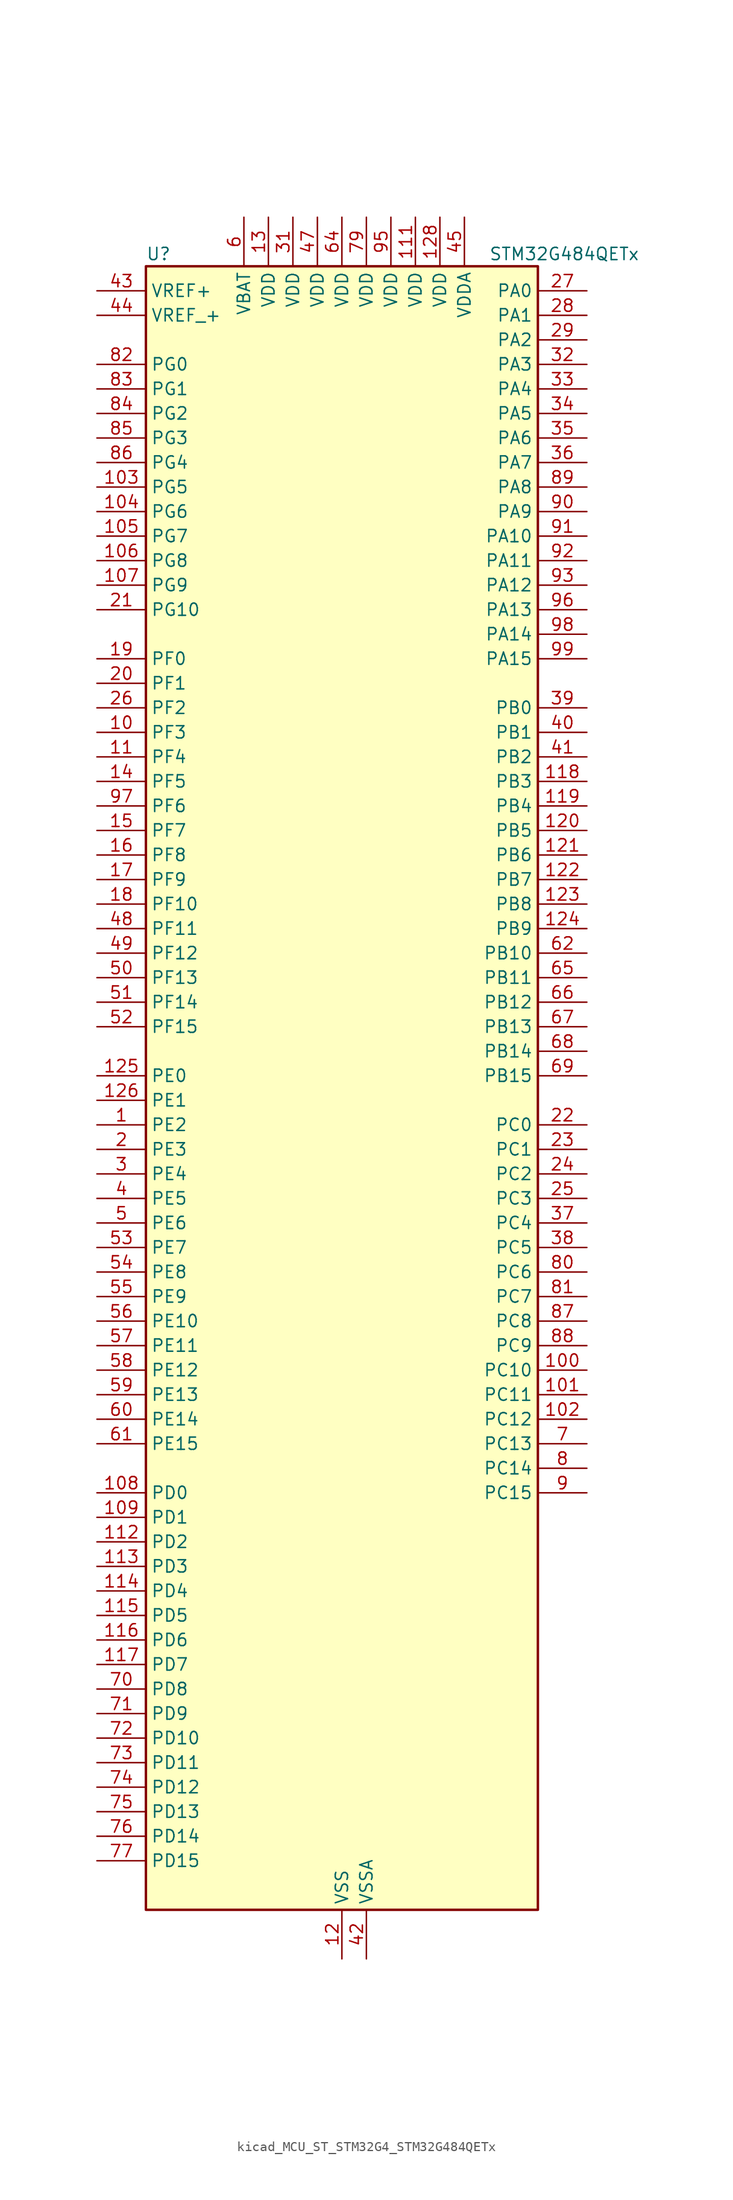
<source format=kicad_sym>
(kicad_symbol_lib
  (version 20220914)
  (generator kicad_symbol_editor)
  (symbol "kicad_MCU_ST_STM32G4_STM32G484QETx"
    (property "Reference" "U"
      (at -20.32 87.63 0)
      (effects (font (size 1.27 1.27)) (justify left)))
    (property "Value" "STM32G484QETx"
      (at 15.24 87.63 0)
      (effects (font (size 1.27 1.27)) (justify left)))
    (property "ki_locked" ""
      (at 0 0 0)
      (effects (font (size 1.27 1.27))))
    (symbol "kicad_MCU_ST_STM32G4_STM32G484QETx_0_1"
      (rectangle (start -20.32 -83.82) (end 20.32 86.36) (stroke (width 0.254) (type default)) (fill (type background))))
    (symbol "kicad_MCU_ST_STM32G4_STM32G484QETx_1_1"
      (pin bidirectional line (at -25.4 -2.54 0) (length 5.08) (name "PE2" (effects (font (size 1.27 1.27)))) (number "1" (effects (font (size 1.27 1.27)))) (alternate "ADC3_EXTI2" bidirectional line) (alternate "ADC4_EXTI2" bidirectional line) (alternate "ADC5_EXTI2" bidirectional line) (alternate "FMC_A23" bidirectional line) (alternate "SAI1_CK1" bidirectional line) (alternate "SAI1_MCLK_A" bidirectional line) (alternate "SPI4_SCK" bidirectional line) (alternate "SYS_TRACECLK" bidirectional line) (alternate "TIM20_CH1" bidirectional line) (alternate "TIM3_CH1" bidirectional line))
      (pin bidirectional line (at -25.4 38.1 0) (length 5.08) (name "PF3" (effects (font (size 1.27 1.27)))) (number "10" (effects (font (size 1.27 1.27)))) (alternate "ADC3_EXTI3" bidirectional line) (alternate "ADC4_EXTI3" bidirectional line) (alternate "ADC5_EXTI3" bidirectional line) (alternate "FMC_A3" bidirectional line) (alternate "I2C3_SCL" bidirectional line) (alternate "TIM20_CH4" bidirectional line))
      (pin bidirectional line (at 25.4 -27.94 180) (length 5.08) (name "PC10" (effects (font (size 1.27 1.27)))) (number "100" (effects (font (size 1.27 1.27)))) (alternate "DAC1_EXTI10" bidirectional line) (alternate "DAC2_EXTI10" bidirectional line) (alternate "DAC3_EXTI10" bidirectional line) (alternate "DAC4_EXTI10" bidirectional line) (alternate "HRTIM1_FLT6" bidirectional line) (alternate "I2S3_CK" bidirectional line) (alternate "SPI3_SCK" bidirectional line) (alternate "TIM8_CH1N" bidirectional line) (alternate "UART4_TX" bidirectional line) (alternate "USART3_TX" bidirectional line))
      (pin bidirectional line (at 25.4 -30.48 180) (length 5.08) (name "PC11" (effects (font (size 1.27 1.27)))) (number "101" (effects (font (size 1.27 1.27)))) (alternate "ADC1_EXTI11" bidirectional line) (alternate "ADC2_EXTI11" bidirectional line) (alternate "HRTIM1_EEV2" bidirectional line) (alternate "I2C3_SDA" bidirectional line) (alternate "SPI3_MISO" bidirectional line) (alternate "TIM8_CH2N" bidirectional line) (alternate "UART4_RX" bidirectional line) (alternate "USART3_RX" bidirectional line))
      (pin bidirectional line (at 25.4 -33.02 180) (length 5.08) (name "PC12" (effects (font (size 1.27 1.27)))) (number "102" (effects (font (size 1.27 1.27)))) (alternate "HRTIM1_EEV1" bidirectional line) (alternate "I2S3_SD" bidirectional line) (alternate "SPI3_MOSI" bidirectional line) (alternate "TIM5_CH2" bidirectional line) (alternate "TIM8_CH3N" bidirectional line) (alternate "UART5_TX" bidirectional line) (alternate "UCPD1_FRSTX1" bidirectional line) (alternate "UCPD1_FRSTX2" bidirectional line) (alternate "USART3_CK" bidirectional line))
      (pin bidirectional line (at -25.4 63.5 0) (length 5.08) (name "PG5" (effects (font (size 1.27 1.27)))) (number "103" (effects (font (size 1.27 1.27)))) (alternate "FMC_A15" bidirectional line) (alternate "LPUART1_CTS" bidirectional line) (alternate "SPI1_NSS" bidirectional line) (alternate "TIM20_ETR" bidirectional line))
      (pin bidirectional line (at -25.4 60.96 0) (length 5.08) (name "PG6" (effects (font (size 1.27 1.27)))) (number "104" (effects (font (size 1.27 1.27)))) (alternate "FMC_INT" bidirectional line) (alternate "I2C3_SMBA" bidirectional line) (alternate "LPUART1_DE" bidirectional line) (alternate "LPUART1_RTS" bidirectional line) (alternate "TIM20_BKIN" bidirectional line))
      (pin bidirectional line (at -25.4 58.42 0) (length 5.08) (name "PG7" (effects (font (size 1.27 1.27)))) (number "105" (effects (font (size 1.27 1.27)))) (alternate "FMC_INT" bidirectional line) (alternate "I2C3_SCL" bidirectional line) (alternate "LPUART1_TX" bidirectional line) (alternate "SAI1_CK1" bidirectional line) (alternate "SAI1_MCLK_A" bidirectional line))
      (pin bidirectional line (at -25.4 55.88 0) (length 5.08) (name "PG8" (effects (font (size 1.27 1.27)))) (number "106" (effects (font (size 1.27 1.27)))) (alternate "FMC_NE3" bidirectional line) (alternate "I2C3_SDA" bidirectional line) (alternate "LPUART1_RX" bidirectional line))
      (pin bidirectional line (at -25.4 53.34 0) (length 5.08) (name "PG9" (effects (font (size 1.27 1.27)))) (number "107" (effects (font (size 1.27 1.27)))) (alternate "DAC1_EXTI9" bidirectional line) (alternate "DAC2_EXTI9" bidirectional line) (alternate "DAC3_EXTI9" bidirectional line) (alternate "DAC4_EXTI9" bidirectional line) (alternate "FMC_NCE" bidirectional line) (alternate "FMC_NE2" bidirectional line) (alternate "SPI3_SCK" bidirectional line) (alternate "TIM15_CH1N" bidirectional line) (alternate "USART1_TX" bidirectional line))
      (pin bidirectional line (at -25.4 -40.64 0) (length 5.08) (name "PD0" (effects (font (size 1.27 1.27)))) (number "108" (effects (font (size 1.27 1.27)))) (alternate "FDCAN1_RX" bidirectional line) (alternate "FMC_D2" bidirectional line) (alternate "FMC_DA2" bidirectional line) (alternate "TIM8_CH4N" bidirectional line))
      (pin bidirectional line (at -25.4 -43.18 0) (length 5.08) (name "PD1" (effects (font (size 1.27 1.27)))) (number "109" (effects (font (size 1.27 1.27)))) (alternate "FDCAN1_TX" bidirectional line) (alternate "FMC_D3" bidirectional line) (alternate "FMC_DA3" bidirectional line) (alternate "TIM8_BKIN2" bidirectional line) (alternate "TIM8_CH4" bidirectional line))
      (pin bidirectional line (at -25.4 35.56 0) (length 5.08) (name "PF4" (effects (font (size 1.27 1.27)))) (number "11" (effects (font (size 1.27 1.27)))) (alternate "COMP1_OUT" bidirectional line) (alternate "FMC_A4" bidirectional line) (alternate "I2C3_SDA" bidirectional line) (alternate "TIM20_CH1N" bidirectional line))
      (pin passive line (at 0 -88.9 90) (length 5.08) hide (name "VSS" (effects (font (size 1.27 1.27)))) (number "110" (effects (font (size 1.27 1.27)))))
      (pin power_in line (at 7.62 91.44 270) (length 5.08) (name "VDD" (effects (font (size 1.27 1.27)))) (number "111" (effects (font (size 1.27 1.27)))))
      (pin bidirectional line (at -25.4 -45.72 0) (length 5.08) (name "PD2" (effects (font (size 1.27 1.27)))) (number "112" (effects (font (size 1.27 1.27)))) (alternate "ADC3_EXTI2" bidirectional line) (alternate "ADC4_EXTI2" bidirectional line) (alternate "ADC5_EXTI2" bidirectional line) (alternate "TIM3_ETR" bidirectional line) (alternate "TIM8_BKIN" bidirectional line) (alternate "UART5_RX" bidirectional line))
      (pin bidirectional line (at -25.4 -48.26 0) (length 5.08) (name "PD3" (effects (font (size 1.27 1.27)))) (number "113" (effects (font (size 1.27 1.27)))) (alternate "ADC3_EXTI3" bidirectional line) (alternate "ADC4_EXTI3" bidirectional line) (alternate "ADC5_EXTI3" bidirectional line) (alternate "FMC_CLK" bidirectional line) (alternate "QUADSPI1_BK2_NCS" bidirectional line) (alternate "TIM2_CH1" bidirectional line) (alternate "TIM2_ETR" bidirectional line) (alternate "USART2_CTS" bidirectional line) (alternate "USART2_NSS" bidirectional line))
      (pin bidirectional line (at -25.4 -50.8 0) (length 5.08) (name "PD4" (effects (font (size 1.27 1.27)))) (number "114" (effects (font (size 1.27 1.27)))) (alternate "FMC_NOE" bidirectional line) (alternate "QUADSPI1_BK2_IO0" bidirectional line) (alternate "TIM2_CH2" bidirectional line) (alternate "USART2_DE" bidirectional line) (alternate "USART2_RTS" bidirectional line))
      (pin bidirectional line (at -25.4 -53.34 0) (length 5.08) (name "PD5" (effects (font (size 1.27 1.27)))) (number "115" (effects (font (size 1.27 1.27)))) (alternate "FMC_NWE" bidirectional line) (alternate "QUADSPI1_BK2_IO1" bidirectional line) (alternate "USART2_TX" bidirectional line))
      (pin bidirectional line (at -25.4 -55.88 0) (length 5.08) (name "PD6" (effects (font (size 1.27 1.27)))) (number "116" (effects (font (size 1.27 1.27)))) (alternate "FMC_NWAIT" bidirectional line) (alternate "QUADSPI1_BK2_IO2" bidirectional line) (alternate "SAI1_D1" bidirectional line) (alternate "SAI1_SD_A" bidirectional line) (alternate "TIM2_CH4" bidirectional line) (alternate "USART2_RX" bidirectional line))
      (pin bidirectional line (at -25.4 -58.42 0) (length 5.08) (name "PD7" (effects (font (size 1.27 1.27)))) (number "117" (effects (font (size 1.27 1.27)))) (alternate "FMC_NCE" bidirectional line) (alternate "FMC_NE1" bidirectional line) (alternate "QUADSPI1_BK2_IO3" bidirectional line) (alternate "TIM2_CH3" bidirectional line) (alternate "USART2_CK" bidirectional line))
      (pin bidirectional line (at 25.4 33.02 180) (length 5.08) (name "PB3" (effects (font (size 1.27 1.27)))) (number "118" (effects (font (size 1.27 1.27)))) (alternate "ADC3_EXTI3" bidirectional line) (alternate "ADC4_EXTI3" bidirectional line) (alternate "ADC5_EXTI3" bidirectional line) (alternate "CRS_SYNC" bidirectional line) (alternate "FDCAN3_RX" bidirectional line) (alternate "HRTIM1_EEV9" bidirectional line) (alternate "HRTIM1_SCOUT" bidirectional line) (alternate "I2S3_CK" bidirectional line) (alternate "SAI1_SCK_B" bidirectional line) (alternate "SPI1_SCK" bidirectional line) (alternate "SPI3_SCK" bidirectional line) (alternate "SYS_JTDO-SWO" bidirectional line) (alternate "TIM2_CH2" bidirectional line) (alternate "TIM3_ETR" bidirectional line) (alternate "TIM4_ETR" bidirectional line) (alternate "TIM8_CH1N" bidirectional line) (alternate "USART2_TX" bidirectional line))
      (pin bidirectional line (at 25.4 30.48 180) (length 5.08) (name "PB4" (effects (font (size 1.27 1.27)))) (number "119" (effects (font (size 1.27 1.27)))) (alternate "FDCAN3_TX" bidirectional line) (alternate "HRTIM1_EEV7" bidirectional line) (alternate "SAI1_MCLK_B" bidirectional line) (alternate "SPI1_MISO" bidirectional line) (alternate "SPI3_MISO" bidirectional line) (alternate "SYS_JTRST" bidirectional line) (alternate "TIM16_CH1" bidirectional line) (alternate "TIM17_BKIN" bidirectional line) (alternate "TIM3_CH1" bidirectional line) (alternate "TIM8_CH2N" bidirectional line) (alternate "UART5_DE" bidirectional line) (alternate "UART5_RTS" bidirectional line) (alternate "UCPD1_CC2" bidirectional line) (alternate "USART2_RX" bidirectional line))
      (pin power_in line (at 0 -88.9 90) (length 5.08) (name "VSS" (effects (font (size 1.27 1.27)))) (number "12" (effects (font (size 1.27 1.27)))))
      (pin bidirectional line (at 25.4 27.94 180) (length 5.08) (name "PB5" (effects (font (size 1.27 1.27)))) (number "120" (effects (font (size 1.27 1.27)))) (alternate "FDCAN2_RX" bidirectional line) (alternate "HRTIM1_EEV6" bidirectional line) (alternate "I2C1_SMBA" bidirectional line) (alternate "I2C3_SDA" bidirectional line) (alternate "I2S3_SD" bidirectional line) (alternate "LPTIM1_IN1" bidirectional line) (alternate "SAI1_SD_B" bidirectional line) (alternate "SPI1_MOSI" bidirectional line) (alternate "SPI3_MOSI" bidirectional line) (alternate "TIM16_BKIN" bidirectional line) (alternate "TIM17_CH1" bidirectional line) (alternate "TIM3_CH2" bidirectional line) (alternate "TIM8_CH3N" bidirectional line) (alternate "UART5_CTS" bidirectional line) (alternate "USART2_CK" bidirectional line))
      (pin bidirectional line (at 25.4 25.4 180) (length 5.08) (name "PB6" (effects (font (size 1.27 1.27)))) (number "121" (effects (font (size 1.27 1.27)))) (alternate "COMP4_OUT" bidirectional line) (alternate "FDCAN2_TX" bidirectional line) (alternate "HRTIM1_EEV4" bidirectional line) (alternate "HRTIM1_SCIN" bidirectional line) (alternate "LPTIM1_ETR" bidirectional line) (alternate "SAI1_FS_B" bidirectional line) (alternate "TIM16_CH1N" bidirectional line) (alternate "TIM4_CH1" bidirectional line) (alternate "TIM8_BKIN2" bidirectional line) (alternate "TIM8_CH1" bidirectional line) (alternate "TIM8_ETR" bidirectional line) (alternate "UCPD1_CC1" bidirectional line) (alternate "USART1_TX" bidirectional line))
      (pin bidirectional line (at 25.4 22.86 180) (length 5.08) (name "PB7" (effects (font (size 1.27 1.27)))) (number "122" (effects (font (size 1.27 1.27)))) (alternate "COMP3_OUT" bidirectional line) (alternate "FMC_NL" bidirectional line) (alternate "HRTIM1_EEV3" bidirectional line) (alternate "I2C1_SDA" bidirectional line) (alternate "I2C4_SDA" bidirectional line) (alternate "LPTIM1_IN2" bidirectional line) (alternate "SYS_PVD_IN" bidirectional line) (alternate "TIM17_CH1N" bidirectional line) (alternate "TIM3_CH4" bidirectional line) (alternate "TIM4_CH2" bidirectional line) (alternate "TIM8_BKIN" bidirectional line) (alternate "UART4_CTS" bidirectional line) (alternate "USART1_RX" bidirectional line))
      (pin bidirectional line (at 25.4 20.32 180) (length 5.08) (name "PB8" (effects (font (size 1.27 1.27)))) (number "123" (effects (font (size 1.27 1.27)))) (alternate "COMP1_OUT" bidirectional line) (alternate "FDCAN1_RX" bidirectional line) (alternate "HRTIM1_EEV8" bidirectional line) (alternate "I2C1_SCL" bidirectional line) (alternate "SAI1_CK1" bidirectional line) (alternate "SAI1_MCLK_A" bidirectional line) (alternate "TIM16_CH1" bidirectional line) (alternate "TIM1_BKIN" bidirectional line) (alternate "TIM4_CH3" bidirectional line) (alternate "TIM8_CH2" bidirectional line) (alternate "USART3_RX" bidirectional line))
      (pin bidirectional line (at 25.4 17.78 180) (length 5.08) (name "PB9" (effects (font (size 1.27 1.27)))) (number "124" (effects (font (size 1.27 1.27)))) (alternate "COMP2_OUT" bidirectional line) (alternate "DAC1_EXTI9" bidirectional line) (alternate "DAC2_EXTI9" bidirectional line) (alternate "DAC3_EXTI9" bidirectional line) (alternate "DAC4_EXTI9" bidirectional line) (alternate "FDCAN1_TX" bidirectional line) (alternate "HRTIM1_EEV5" bidirectional line) (alternate "I2C1_SDA" bidirectional line) (alternate "IR_OUT" bidirectional line) (alternate "SAI1_D2" bidirectional line) (alternate "SAI1_FS_A" bidirectional line) (alternate "TIM17_CH1" bidirectional line) (alternate "TIM1_CH3N" bidirectional line) (alternate "TIM4_CH4" bidirectional line) (alternate "TIM8_CH3" bidirectional line) (alternate "USART3_TX" bidirectional line))
      (pin bidirectional line (at -25.4 2.54 0) (length 5.08) (name "PE0" (effects (font (size 1.27 1.27)))) (number "125" (effects (font (size 1.27 1.27)))) (alternate "FMC_NBL0" bidirectional line) (alternate "TIM16_CH1" bidirectional line) (alternate "TIM20_CH4N" bidirectional line) (alternate "TIM20_ETR" bidirectional line) (alternate "TIM4_ETR" bidirectional line) (alternate "USART1_TX" bidirectional line))
      (pin bidirectional line (at -25.4 0 0) (length 5.08) (name "PE1" (effects (font (size 1.27 1.27)))) (number "126" (effects (font (size 1.27 1.27)))) (alternate "FMC_NBL1" bidirectional line) (alternate "TIM17_CH1" bidirectional line) (alternate "TIM20_CH4" bidirectional line) (alternate "USART1_RX" bidirectional line))
      (pin passive line (at 0 -88.9 90) (length 5.08) hide (name "VSS" (effects (font (size 1.27 1.27)))) (number "127" (effects (font (size 1.27 1.27)))))
      (pin power_in line (at 10.16 91.44 270) (length 5.08) (name "VDD" (effects (font (size 1.27 1.27)))) (number "128" (effects (font (size 1.27 1.27)))))
      (pin power_in line (at -7.62 91.44 270) (length 5.08) (name "VDD" (effects (font (size 1.27 1.27)))) (number "13" (effects (font (size 1.27 1.27)))))
      (pin bidirectional line (at -25.4 33.02 0) (length 5.08) (name "PF5" (effects (font (size 1.27 1.27)))) (number "14" (effects (font (size 1.27 1.27)))) (alternate "FMC_A5" bidirectional line) (alternate "TIM20_CH2N" bidirectional line))
      (pin bidirectional line (at -25.4 27.94 0) (length 5.08) (name "PF7" (effects (font (size 1.27 1.27)))) (number "15" (effects (font (size 1.27 1.27)))) (alternate "FMC_A1" bidirectional line) (alternate "QUADSPI1_BK1_IO2" bidirectional line) (alternate "SAI1_MCLK_B" bidirectional line) (alternate "TIM20_BKIN" bidirectional line) (alternate "TIM5_CH2" bidirectional line))
      (pin bidirectional line (at -25.4 25.4 0) (length 5.08) (name "PF8" (effects (font (size 1.27 1.27)))) (number "16" (effects (font (size 1.27 1.27)))) (alternate "FMC_A24" bidirectional line) (alternate "QUADSPI1_BK1_IO0" bidirectional line) (alternate "SAI1_SCK_B" bidirectional line) (alternate "TIM20_BKIN2" bidirectional line) (alternate "TIM5_CH3" bidirectional line))
      (pin bidirectional line (at -25.4 22.86 0) (length 5.08) (name "PF9" (effects (font (size 1.27 1.27)))) (number "17" (effects (font (size 1.27 1.27)))) (alternate "DAC1_EXTI9" bidirectional line) (alternate "DAC2_EXTI9" bidirectional line) (alternate "DAC3_EXTI9" bidirectional line) (alternate "DAC4_EXTI9" bidirectional line) (alternate "FMC_A25" bidirectional line) (alternate "QUADSPI1_BK1_IO1" bidirectional line) (alternate "SAI1_FS_B" bidirectional line) (alternate "SPI2_SCK" bidirectional line) (alternate "TIM15_CH1" bidirectional line) (alternate "TIM20_BKIN" bidirectional line) (alternate "TIM5_CH4" bidirectional line))
      (pin bidirectional line (at -25.4 20.32 0) (length 5.08) (name "PF10" (effects (font (size 1.27 1.27)))) (number "18" (effects (font (size 1.27 1.27)))) (alternate "DAC1_EXTI10" bidirectional line) (alternate "DAC2_EXTI10" bidirectional line) (alternate "DAC3_EXTI10" bidirectional line) (alternate "DAC4_EXTI10" bidirectional line) (alternate "FMC_A0" bidirectional line) (alternate "QUADSPI1_CLK" bidirectional line) (alternate "SAI1_D3" bidirectional line) (alternate "SPI2_SCK" bidirectional line) (alternate "TIM15_CH2" bidirectional line) (alternate "TIM20_BKIN2" bidirectional line))
      (pin bidirectional line (at -25.4 45.72 0) (length 5.08) (name "PF0" (effects (font (size 1.27 1.27)))) (number "19" (effects (font (size 1.27 1.27)))) (alternate "ADC1_IN10" bidirectional line) (alternate "I2C2_SDA" bidirectional line) (alternate "I2S2_WS" bidirectional line) (alternate "RCC_OSC_IN" bidirectional line) (alternate "SPI2_NSS" bidirectional line) (alternate "TIM1_CH3N" bidirectional line))
      (pin bidirectional line (at -25.4 -5.08 0) (length 5.08) (name "PE3" (effects (font (size 1.27 1.27)))) (number "2" (effects (font (size 1.27 1.27)))) (alternate "ADC3_EXTI3" bidirectional line) (alternate "ADC4_EXTI3" bidirectional line) (alternate "ADC5_EXTI3" bidirectional line) (alternate "FMC_A19" bidirectional line) (alternate "SAI1_SD_B" bidirectional line) (alternate "SPI4_NSS" bidirectional line) (alternate "SYS_TRACED0" bidirectional line) (alternate "TIM20_CH2" bidirectional line) (alternate "TIM3_CH2" bidirectional line))
      (pin bidirectional line (at -25.4 43.18 0) (length 5.08) (name "PF1" (effects (font (size 1.27 1.27)))) (number "20" (effects (font (size 1.27 1.27)))) (alternate "ADC2_IN10" bidirectional line) (alternate "COMP3_INM" bidirectional line) (alternate "I2S2_CK" bidirectional line) (alternate "RCC_OSC_OUT" bidirectional line) (alternate "SPI2_SCK" bidirectional line))
      (pin bidirectional line (at -25.4 50.8 0) (length 5.08) (name "PG10" (effects (font (size 1.27 1.27)))) (number "21" (effects (font (size 1.27 1.27)))) (alternate "DAC1_EXTI10" bidirectional line) (alternate "DAC2_EXTI10" bidirectional line) (alternate "DAC3_EXTI10" bidirectional line) (alternate "DAC4_EXTI10" bidirectional line) (alternate "RCC_MCO" bidirectional line))
      (pin bidirectional line (at 25.4 -2.54 180) (length 5.08) (name "PC0" (effects (font (size 1.27 1.27)))) (number "22" (effects (font (size 1.27 1.27)))) (alternate "ADC1_IN6" bidirectional line) (alternate "ADC2_IN6" bidirectional line) (alternate "COMP3_INM" bidirectional line) (alternate "LPTIM1_IN1" bidirectional line) (alternate "LPUART1_RX" bidirectional line) (alternate "TIM1_CH1" bidirectional line))
      (pin bidirectional line (at 25.4 -5.08 180) (length 5.08) (name "PC1" (effects (font (size 1.27 1.27)))) (number "23" (effects (font (size 1.27 1.27)))) (alternate "ADC1_IN7" bidirectional line) (alternate "ADC2_IN7" bidirectional line) (alternate "COMP3_INP" bidirectional line) (alternate "LPTIM1_OUT" bidirectional line) (alternate "LPUART1_TX" bidirectional line) (alternate "QUADSPI1_BK2_IO0" bidirectional line) (alternate "SAI1_SD_A" bidirectional line) (alternate "TIM1_CH2" bidirectional line))
      (pin bidirectional line (at 25.4 -7.62 180) (length 5.08) (name "PC2" (effects (font (size 1.27 1.27)))) (number "24" (effects (font (size 1.27 1.27)))) (alternate "ADC1_IN8" bidirectional line) (alternate "ADC2_IN8" bidirectional line) (alternate "ADC3_EXTI2" bidirectional line) (alternate "ADC4_EXTI2" bidirectional line) (alternate "ADC5_EXTI2" bidirectional line) (alternate "COMP3_OUT" bidirectional line) (alternate "LPTIM1_IN2" bidirectional line) (alternate "QUADSPI1_BK2_IO1" bidirectional line) (alternate "TIM1_CH3" bidirectional line) (alternate "TIM20_CH2" bidirectional line))
      (pin bidirectional line (at 25.4 -10.16 180) (length 5.08) (name "PC3" (effects (font (size 1.27 1.27)))) (number "25" (effects (font (size 1.27 1.27)))) (alternate "ADC1_IN9" bidirectional line) (alternate "ADC2_IN9" bidirectional line) (alternate "ADC3_EXTI3" bidirectional line) (alternate "ADC4_EXTI3" bidirectional line) (alternate "ADC5_EXTI3" bidirectional line) (alternate "LPTIM1_ETR" bidirectional line) (alternate "OPAMP5_VINP" bidirectional line) (alternate "OPAMP5_VINP_SEC" bidirectional line) (alternate "QUADSPI1_BK2_IO2" bidirectional line) (alternate "SAI1_D1" bidirectional line) (alternate "SAI1_SD_A" bidirectional line) (alternate "TIM1_BKIN2" bidirectional line) (alternate "TIM1_CH4" bidirectional line))
      (pin bidirectional line (at -25.4 40.64 0) (length 5.08) (name "PF2" (effects (font (size 1.27 1.27)))) (number "26" (effects (font (size 1.27 1.27)))) (alternate "ADC3_EXTI2" bidirectional line) (alternate "ADC4_EXTI2" bidirectional line) (alternate "ADC5_EXTI2" bidirectional line) (alternate "FMC_A2" bidirectional line) (alternate "I2C2_SMBA" bidirectional line) (alternate "TIM20_CH3" bidirectional line))
      (pin bidirectional line (at 25.4 83.82 180) (length 5.08) (name "PA0" (effects (font (size 1.27 1.27)))) (number "27" (effects (font (size 1.27 1.27)))) (alternate "ADC1_IN1" bidirectional line) (alternate "ADC2_IN1" bidirectional line) (alternate "COMP1_INM" bidirectional line) (alternate "COMP1_OUT" bidirectional line) (alternate "COMP3_INP" bidirectional line) (alternate "RTC_TAMP2" bidirectional line) (alternate "SYS_WKUP1" bidirectional line) (alternate "TIM2_CH1" bidirectional line) (alternate "TIM2_ETR" bidirectional line) (alternate "TIM5_CH1" bidirectional line) (alternate "TIM8_BKIN" bidirectional line) (alternate "TIM8_ETR" bidirectional line) (alternate "USART2_CTS" bidirectional line) (alternate "USART2_NSS" bidirectional line))
      (pin bidirectional line (at 25.4 81.28 180) (length 5.08) (name "PA1" (effects (font (size 1.27 1.27)))) (number "28" (effects (font (size 1.27 1.27)))) (alternate "ADC1_IN2" bidirectional line) (alternate "ADC2_IN2" bidirectional line) (alternate "COMP1_INP" bidirectional line) (alternate "OPAMP1_VINP" bidirectional line) (alternate "OPAMP1_VINP_SEC" bidirectional line) (alternate "OPAMP3_VINP" bidirectional line) (alternate "OPAMP3_VINP_SEC" bidirectional line) (alternate "OPAMP6_VINM" bidirectional line) (alternate "OPAMP6_VINM0" bidirectional line) (alternate "OPAMP6_VINM_SEC" bidirectional line) (alternate "RTC_REFIN" bidirectional line) (alternate "TIM15_CH1N" bidirectional line) (alternate "TIM2_CH2" bidirectional line) (alternate "TIM5_CH2" bidirectional line) (alternate "USART2_DE" bidirectional line) (alternate "USART2_RTS" bidirectional line))
      (pin bidirectional line (at 25.4 78.74 180) (length 5.08) (name "PA2" (effects (font (size 1.27 1.27)))) (number "29" (effects (font (size 1.27 1.27)))) (alternate "ADC1_IN3" bidirectional line) (alternate "ADC3_EXTI2" bidirectional line) (alternate "ADC4_EXTI2" bidirectional line) (alternate "ADC5_EXTI2" bidirectional line) (alternate "COMP2_INM" bidirectional line) (alternate "COMP2_OUT" bidirectional line) (alternate "LPUART1_TX" bidirectional line) (alternate "OPAMP1_VOUT" bidirectional line) (alternate "QUADSPI1_BK1_NCS" bidirectional line) (alternate "RCC_LSCO" bidirectional line) (alternate "SYS_WKUP4" bidirectional line) (alternate "TIM15_CH1" bidirectional line) (alternate "TIM2_CH3" bidirectional line) (alternate "TIM5_CH3" bidirectional line) (alternate "UCPD1_FRSTX1" bidirectional line) (alternate "UCPD1_FRSTX2" bidirectional line) (alternate "USART2_TX" bidirectional line))
      (pin bidirectional line (at -25.4 -7.62 0) (length 5.08) (name "PE4" (effects (font (size 1.27 1.27)))) (number "3" (effects (font (size 1.27 1.27)))) (alternate "FMC_A20" bidirectional line) (alternate "SAI1_D2" bidirectional line) (alternate "SAI1_FS_A" bidirectional line) (alternate "SPI4_NSS" bidirectional line) (alternate "SYS_TRACED1" bidirectional line) (alternate "TIM20_CH1N" bidirectional line) (alternate "TIM3_CH3" bidirectional line))
      (pin passive line (at 0 -88.9 90) (length 5.08) hide (name "VSS" (effects (font (size 1.27 1.27)))) (number "30" (effects (font (size 1.27 1.27)))))
      (pin power_in line (at -5.08 91.44 270) (length 5.08) (name "VDD" (effects (font (size 1.27 1.27)))) (number "31" (effects (font (size 1.27 1.27)))))
      (pin bidirectional line (at 25.4 76.2 180) (length 5.08) (name "PA3" (effects (font (size 1.27 1.27)))) (number "32" (effects (font (size 1.27 1.27)))) (alternate "ADC1_IN4" bidirectional line) (alternate "ADC3_EXTI3" bidirectional line) (alternate "ADC4_EXTI3" bidirectional line) (alternate "ADC5_EXTI3" bidirectional line) (alternate "COMP2_INP" bidirectional line) (alternate "LPUART1_RX" bidirectional line) (alternate "OPAMP1_VINM" bidirectional line) (alternate "OPAMP1_VINM0" bidirectional line) (alternate "OPAMP1_VINM_SEC" bidirectional line) (alternate "OPAMP1_VINP" bidirectional line) (alternate "OPAMP1_VINP_SEC" bidirectional line) (alternate "OPAMP5_VINM" bidirectional line) (alternate "OPAMP5_VINM1" bidirectional line) (alternate "OPAMP5_VINM_SEC" bidirectional line) (alternate "QUADSPI1_CLK" bidirectional line) (alternate "SAI1_CK1" bidirectional line) (alternate "SAI1_MCLK_A" bidirectional line) (alternate "TIM15_CH2" bidirectional line) (alternate "TIM2_CH4" bidirectional line) (alternate "TIM5_CH4" bidirectional line) (alternate "USART2_RX" bidirectional line))
      (pin bidirectional line (at 25.4 73.66 180) (length 5.08) (name "PA4" (effects (font (size 1.27 1.27)))) (number "33" (effects (font (size 1.27 1.27)))) (alternate "ADC2_IN17" bidirectional line) (alternate "COMP1_INM" bidirectional line) (alternate "DAC1_OUT1" bidirectional line) (alternate "I2S3_WS" bidirectional line) (alternate "SAI1_FS_B" bidirectional line) (alternate "SPI1_NSS" bidirectional line) (alternate "SPI3_NSS" bidirectional line) (alternate "TIM3_CH2" bidirectional line) (alternate "USART2_CK" bidirectional line))
      (pin bidirectional line (at 25.4 71.12 180) (length 5.08) (name "PA5" (effects (font (size 1.27 1.27)))) (number "34" (effects (font (size 1.27 1.27)))) (alternate "ADC2_IN13" bidirectional line) (alternate "COMP2_INM" bidirectional line) (alternate "DAC1_OUT2" bidirectional line) (alternate "OPAMP2_VINM" bidirectional line) (alternate "OPAMP2_VINM0" bidirectional line) (alternate "OPAMP2_VINM_SEC" bidirectional line) (alternate "SPI1_SCK" bidirectional line) (alternate "TIM2_CH1" bidirectional line) (alternate "TIM2_ETR" bidirectional line) (alternate "UCPD1_FRSTX1" bidirectional line) (alternate "UCPD1_FRSTX2" bidirectional line))
      (pin bidirectional line (at 25.4 68.58 180) (length 5.08) (name "PA6" (effects (font (size 1.27 1.27)))) (number "35" (effects (font (size 1.27 1.27)))) (alternate "ADC2_IN3" bidirectional line) (alternate "COMP1_OUT" bidirectional line) (alternate "DAC2_OUT1" bidirectional line) (alternate "LPUART1_CTS" bidirectional line) (alternate "OPAMP2_VOUT" bidirectional line) (alternate "QUADSPI1_BK1_IO3" bidirectional line) (alternate "SPI1_MISO" bidirectional line) (alternate "TIM16_CH1" bidirectional line) (alternate "TIM1_BKIN" bidirectional line) (alternate "TIM3_CH1" bidirectional line) (alternate "TIM8_BKIN" bidirectional line))
      (pin bidirectional line (at 25.4 66.04 180) (length 5.08) (name "PA7" (effects (font (size 1.27 1.27)))) (number "36" (effects (font (size 1.27 1.27)))) (alternate "ADC2_IN4" bidirectional line) (alternate "COMP2_INP" bidirectional line) (alternate "COMP2_OUT" bidirectional line) (alternate "OPAMP1_VINP" bidirectional line) (alternate "OPAMP1_VINP_SEC" bidirectional line) (alternate "OPAMP2_VINP" bidirectional line) (alternate "OPAMP2_VINP_SEC" bidirectional line) (alternate "QUADSPI1_BK1_IO2" bidirectional line) (alternate "SPI1_MOSI" bidirectional line) (alternate "TIM17_CH1" bidirectional line) (alternate "TIM1_CH1N" bidirectional line) (alternate "TIM3_CH2" bidirectional line) (alternate "TIM8_CH1N" bidirectional line) (alternate "UCPD1_FRSTX1" bidirectional line) (alternate "UCPD1_FRSTX2" bidirectional line))
      (pin bidirectional line (at 25.4 -12.7 180) (length 5.08) (name "PC4" (effects (font (size 1.27 1.27)))) (number "37" (effects (font (size 1.27 1.27)))) (alternate "ADC2_IN5" bidirectional line) (alternate "I2C2_SCL" bidirectional line) (alternate "QUADSPI1_BK2_IO3" bidirectional line) (alternate "TIM1_ETR" bidirectional line) (alternate "USART1_TX" bidirectional line))
      (pin bidirectional line (at 25.4 -15.24 180) (length 5.08) (name "PC5" (effects (font (size 1.27 1.27)))) (number "38" (effects (font (size 1.27 1.27)))) (alternate "ADC2_IN11" bidirectional line) (alternate "HRTIM1_EEV10" bidirectional line) (alternate "OPAMP1_VINM" bidirectional line) (alternate "OPAMP1_VINM1" bidirectional line) (alternate "OPAMP1_VINM_SEC" bidirectional line) (alternate "OPAMP2_VINM" bidirectional line) (alternate "OPAMP2_VINM1" bidirectional line) (alternate "OPAMP2_VINM_SEC" bidirectional line) (alternate "SAI1_D3" bidirectional line) (alternate "SYS_WKUP5" bidirectional line) (alternate "TIM15_BKIN" bidirectional line) (alternate "TIM1_CH4N" bidirectional line) (alternate "USART1_RX" bidirectional line))
      (pin bidirectional line (at 25.4 40.64 180) (length 5.08) (name "PB0" (effects (font (size 1.27 1.27)))) (number "39" (effects (font (size 1.27 1.27)))) (alternate "ADC1_IN15" bidirectional line) (alternate "ADC3_IN12" bidirectional line) (alternate "COMP4_INP" bidirectional line) (alternate "HRTIM1_FLT5" bidirectional line) (alternate "OPAMP2_VINP" bidirectional line) (alternate "OPAMP2_VINP_SEC" bidirectional line) (alternate "OPAMP3_VINP" bidirectional line) (alternate "OPAMP3_VINP_SEC" bidirectional line) (alternate "QUADSPI1_BK1_IO1" bidirectional line) (alternate "TIM1_CH2N" bidirectional line) (alternate "TIM3_CH3" bidirectional line) (alternate "TIM8_CH2N" bidirectional line) (alternate "UCPD1_FRSTX1" bidirectional line) (alternate "UCPD1_FRSTX2" bidirectional line))
      (pin bidirectional line (at -25.4 -10.16 0) (length 5.08) (name "PE5" (effects (font (size 1.27 1.27)))) (number "4" (effects (font (size 1.27 1.27)))) (alternate "FMC_A21" bidirectional line) (alternate "SAI1_CK2" bidirectional line) (alternate "SAI1_SCK_A" bidirectional line) (alternate "SPI4_MISO" bidirectional line) (alternate "SYS_TRACED2" bidirectional line) (alternate "TIM20_CH2N" bidirectional line) (alternate "TIM3_CH4" bidirectional line))
      (pin bidirectional line (at 25.4 38.1 180) (length 5.08) (name "PB1" (effects (font (size 1.27 1.27)))) (number "40" (effects (font (size 1.27 1.27)))) (alternate "ADC1_IN12" bidirectional line) (alternate "ADC3_IN1" bidirectional line) (alternate "COMP1_INP" bidirectional line) (alternate "COMP4_OUT" bidirectional line) (alternate "HRTIM1_SCOUT" bidirectional line) (alternate "LPUART1_DE" bidirectional line) (alternate "LPUART1_RTS" bidirectional line) (alternate "OPAMP3_VOUT" bidirectional line) (alternate "OPAMP6_VINM" bidirectional line) (alternate "OPAMP6_VINM1" bidirectional line) (alternate "OPAMP6_VINM_SEC" bidirectional line) (alternate "QUADSPI1_BK1_IO0" bidirectional line) (alternate "TIM1_CH3N" bidirectional line) (alternate "TIM3_CH4" bidirectional line) (alternate "TIM8_CH3N" bidirectional line))
      (pin bidirectional line (at 25.4 35.56 180) (length 5.08) (name "PB2" (effects (font (size 1.27 1.27)))) (number "41" (effects (font (size 1.27 1.27)))) (alternate "ADC2_IN12" bidirectional line) (alternate "ADC3_EXTI2" bidirectional line) (alternate "ADC4_EXTI2" bidirectional line) (alternate "ADC5_EXTI2" bidirectional line) (alternate "COMP4_INM" bidirectional line) (alternate "HRTIM1_SCIN" bidirectional line) (alternate "I2C3_SMBA" bidirectional line) (alternate "LPTIM1_OUT" bidirectional line) (alternate "OPAMP3_VINM" bidirectional line) (alternate "OPAMP3_VINM0" bidirectional line) (alternate "OPAMP3_VINM_SEC" bidirectional line) (alternate "QUADSPI1_BK2_IO1" bidirectional line) (alternate "RTC_OUT2" bidirectional line) (alternate "TIM20_CH1" bidirectional line) (alternate "TIM5_CH1" bidirectional line))
      (pin power_in line (at 2.54 -88.9 90) (length 5.08) (name "VSSA" (effects (font (size 1.27 1.27)))) (number "42" (effects (font (size 1.27 1.27)))))
      (pin input line (at -25.4 83.82 0) (length 5.08) (name "VREF+" (effects (font (size 1.27 1.27)))) (number "43" (effects (font (size 1.27 1.27)))) (alternate "VREFBUF_OUT1" bidirectional line))
      (pin input line (at -25.4 81.28 0) (length 5.08) (name "VREF_+" (effects (font (size 1.27 1.27)))) (number "44" (effects (font (size 1.27 1.27)))) (alternate "VREFBUF_OUT2" bidirectional line))
      (pin power_in line (at 12.7 91.44 270) (length 5.08) (name "VDDA" (effects (font (size 1.27 1.27)))) (number "45" (effects (font (size 1.27 1.27)))))
      (pin passive line (at 0 -88.9 90) (length 5.08) hide (name "VSS" (effects (font (size 1.27 1.27)))) (number "46" (effects (font (size 1.27 1.27)))))
      (pin power_in line (at -2.54 91.44 270) (length 5.08) (name "VDD" (effects (font (size 1.27 1.27)))) (number "47" (effects (font (size 1.27 1.27)))))
      (pin bidirectional line (at -25.4 17.78 0) (length 5.08) (name "PF11" (effects (font (size 1.27 1.27)))) (number "48" (effects (font (size 1.27 1.27)))) (alternate "ADC1_EXTI11" bidirectional line) (alternate "ADC2_EXTI11" bidirectional line) (alternate "FMC_NE4" bidirectional line) (alternate "TIM20_ETR" bidirectional line))
      (pin bidirectional line (at -25.4 15.24 0) (length 5.08) (name "PF12" (effects (font (size 1.27 1.27)))) (number "49" (effects (font (size 1.27 1.27)))) (alternate "FMC_A6" bidirectional line) (alternate "TIM20_CH1" bidirectional line))
      (pin bidirectional line (at -25.4 -12.7 0) (length 5.08) (name "PE6" (effects (font (size 1.27 1.27)))) (number "5" (effects (font (size 1.27 1.27)))) (alternate "FMC_A22" bidirectional line) (alternate "RTC_TAMP3" bidirectional line) (alternate "SAI1_D1" bidirectional line) (alternate "SAI1_SD_A" bidirectional line) (alternate "SPI4_MOSI" bidirectional line) (alternate "SYS_TRACED3" bidirectional line) (alternate "SYS_WKUP3" bidirectional line) (alternate "TIM20_CH3N" bidirectional line))
      (pin bidirectional line (at -25.4 12.7 0) (length 5.08) (name "PF13" (effects (font (size 1.27 1.27)))) (number "50" (effects (font (size 1.27 1.27)))) (alternate "FMC_A7" bidirectional line) (alternate "I2C4_SMBA" bidirectional line) (alternate "TIM20_CH2" bidirectional line))
      (pin bidirectional line (at -25.4 10.16 0) (length 5.08) (name "PF14" (effects (font (size 1.27 1.27)))) (number "51" (effects (font (size 1.27 1.27)))) (alternate "FMC_A8" bidirectional line) (alternate "I2C4_SCL" bidirectional line) (alternate "TIM20_CH3" bidirectional line))
      (pin bidirectional line (at -25.4 7.62 0) (length 5.08) (name "PF15" (effects (font (size 1.27 1.27)))) (number "52" (effects (font (size 1.27 1.27)))) (alternate "ADC1_EXTI15" bidirectional line) (alternate "ADC2_EXTI15" bidirectional line) (alternate "FMC_A9" bidirectional line) (alternate "I2C4_SDA" bidirectional line) (alternate "TIM20_CH4" bidirectional line))
      (pin bidirectional line (at -25.4 -15.24 0) (length 5.08) (name "PE7" (effects (font (size 1.27 1.27)))) (number "53" (effects (font (size 1.27 1.27)))) (alternate "ADC3_IN4" bidirectional line) (alternate "COMP4_INP" bidirectional line) (alternate "FMC_D4" bidirectional line) (alternate "FMC_DA4" bidirectional line) (alternate "SAI1_SD_B" bidirectional line) (alternate "TIM1_ETR" bidirectional line))
      (pin bidirectional line (at -25.4 -17.78 0) (length 5.08) (name "PE8" (effects (font (size 1.27 1.27)))) (number "54" (effects (font (size 1.27 1.27)))) (alternate "ADC3_IN6" bidirectional line) (alternate "ADC4_IN6" bidirectional line) (alternate "ADC5_IN6" bidirectional line) (alternate "COMP4_INM" bidirectional line) (alternate "FMC_D5" bidirectional line) (alternate "FMC_DA5" bidirectional line) (alternate "SAI1_SCK_B" bidirectional line) (alternate "TIM1_CH1N" bidirectional line) (alternate "TIM5_CH3" bidirectional line))
      (pin bidirectional line (at -25.4 -20.32 0) (length 5.08) (name "PE9" (effects (font (size 1.27 1.27)))) (number "55" (effects (font (size 1.27 1.27)))) (alternate "ADC3_IN2" bidirectional line) (alternate "DAC1_EXTI9" bidirectional line) (alternate "DAC2_EXTI9" bidirectional line) (alternate "DAC3_EXTI9" bidirectional line) (alternate "DAC4_EXTI9" bidirectional line) (alternate "FMC_D6" bidirectional line) (alternate "FMC_DA6" bidirectional line) (alternate "SAI1_FS_B" bidirectional line) (alternate "TIM1_CH1" bidirectional line) (alternate "TIM5_CH4" bidirectional line))
      (pin bidirectional line (at -25.4 -22.86 0) (length 5.08) (name "PE10" (effects (font (size 1.27 1.27)))) (number "56" (effects (font (size 1.27 1.27)))) (alternate "ADC3_IN14" bidirectional line) (alternate "ADC4_IN14" bidirectional line) (alternate "ADC5_IN14" bidirectional line) (alternate "DAC1_EXTI10" bidirectional line) (alternate "DAC2_EXTI10" bidirectional line) (alternate "DAC3_EXTI10" bidirectional line) (alternate "DAC4_EXTI10" bidirectional line) (alternate "FMC_D7" bidirectional line) (alternate "FMC_DA7" bidirectional line) (alternate "QUADSPI1_CLK" bidirectional line) (alternate "SAI1_MCLK_B" bidirectional line) (alternate "TIM1_CH2N" bidirectional line))
      (pin bidirectional line (at -25.4 -25.4 0) (length 5.08) (name "PE11" (effects (font (size 1.27 1.27)))) (number "57" (effects (font (size 1.27 1.27)))) (alternate "ADC1_EXTI11" bidirectional line) (alternate "ADC2_EXTI11" bidirectional line) (alternate "ADC3_IN15" bidirectional line) (alternate "ADC4_IN15" bidirectional line) (alternate "ADC5_IN15" bidirectional line) (alternate "FMC_D8" bidirectional line) (alternate "FMC_DA8" bidirectional line) (alternate "QUADSPI1_BK1_NCS" bidirectional line) (alternate "SPI4_NSS" bidirectional line) (alternate "TIM1_CH2" bidirectional line))
      (pin bidirectional line (at -25.4 -27.94 0) (length 5.08) (name "PE12" (effects (font (size 1.27 1.27)))) (number "58" (effects (font (size 1.27 1.27)))) (alternate "ADC3_IN16" bidirectional line) (alternate "ADC4_IN16" bidirectional line) (alternate "ADC5_IN16" bidirectional line) (alternate "FMC_D9" bidirectional line) (alternate "FMC_DA9" bidirectional line) (alternate "QUADSPI1_BK1_IO0" bidirectional line) (alternate "SPI4_SCK" bidirectional line) (alternate "TIM1_CH3N" bidirectional line))
      (pin bidirectional line (at -25.4 -30.48 0) (length 5.08) (name "PE13" (effects (font (size 1.27 1.27)))) (number "59" (effects (font (size 1.27 1.27)))) (alternate "ADC3_IN3" bidirectional line) (alternate "FMC_D10" bidirectional line) (alternate "FMC_DA10" bidirectional line) (alternate "QUADSPI1_BK1_IO1" bidirectional line) (alternate "SPI4_MISO" bidirectional line) (alternate "TIM1_CH3" bidirectional line))
      (pin power_in line (at -10.16 91.44 270) (length 5.08) (name "VBAT" (effects (font (size 1.27 1.27)))) (number "6" (effects (font (size 1.27 1.27)))))
      (pin bidirectional line (at -25.4 -33.02 0) (length 5.08) (name "PE14" (effects (font (size 1.27 1.27)))) (number "60" (effects (font (size 1.27 1.27)))) (alternate "ADC4_IN1" bidirectional line) (alternate "FMC_D11" bidirectional line) (alternate "FMC_DA11" bidirectional line) (alternate "QUADSPI1_BK1_IO2" bidirectional line) (alternate "SPI4_MOSI" bidirectional line) (alternate "TIM1_BKIN2" bidirectional line) (alternate "TIM1_CH4" bidirectional line))
      (pin bidirectional line (at -25.4 -35.56 0) (length 5.08) (name "PE15" (effects (font (size 1.27 1.27)))) (number "61" (effects (font (size 1.27 1.27)))) (alternate "ADC1_EXTI15" bidirectional line) (alternate "ADC2_EXTI15" bidirectional line) (alternate "ADC4_IN2" bidirectional line) (alternate "FMC_D12" bidirectional line) (alternate "FMC_DA12" bidirectional line) (alternate "QUADSPI1_BK1_IO3" bidirectional line) (alternate "TIM1_BKIN" bidirectional line) (alternate "TIM1_CH4N" bidirectional line) (alternate "USART3_RX" bidirectional line))
      (pin bidirectional line (at 25.4 15.24 180) (length 5.08) (name "PB10" (effects (font (size 1.27 1.27)))) (number "62" (effects (font (size 1.27 1.27)))) (alternate "COMP5_INM" bidirectional line) (alternate "DAC1_EXTI10" bidirectional line) (alternate "DAC2_EXTI10" bidirectional line) (alternate "DAC3_EXTI10" bidirectional line) (alternate "DAC4_EXTI10" bidirectional line) (alternate "HRTIM1_FLT3" bidirectional line) (alternate "LPUART1_RX" bidirectional line) (alternate "OPAMP3_VINM" bidirectional line) (alternate "OPAMP3_VINM1" bidirectional line) (alternate "OPAMP3_VINM_SEC" bidirectional line) (alternate "OPAMP4_VINM" bidirectional line) (alternate "OPAMP4_VINM0" bidirectional line) (alternate "OPAMP4_VINM_SEC" bidirectional line) (alternate "QUADSPI1_CLK" bidirectional line) (alternate "SAI1_SCK_A" bidirectional line) (alternate "TIM1_BKIN" bidirectional line) (alternate "TIM2_CH3" bidirectional line) (alternate "USART3_TX" bidirectional line))
      (pin passive line (at 0 -88.9 90) (length 5.08) hide (name "VSS" (effects (font (size 1.27 1.27)))) (number "63" (effects (font (size 1.27 1.27)))))
      (pin power_in line (at 0 91.44 270) (length 5.08) (name "VDD" (effects (font (size 1.27 1.27)))) (number "64" (effects (font (size 1.27 1.27)))))
      (pin bidirectional line (at 25.4 12.7 180) (length 5.08) (name "PB11" (effects (font (size 1.27 1.27)))) (number "65" (effects (font (size 1.27 1.27)))) (alternate "ADC1_EXTI11" bidirectional line) (alternate "ADC1_IN14" bidirectional line) (alternate "ADC2_EXTI11" bidirectional line) (alternate "ADC2_IN14" bidirectional line) (alternate "COMP6_INP" bidirectional line) (alternate "HRTIM1_FLT4" bidirectional line) (alternate "LPUART1_TX" bidirectional line) (alternate "OPAMP4_VINP" bidirectional line) (alternate "OPAMP4_VINP_SEC" bidirectional line) (alternate "OPAMP6_VOUT" bidirectional line) (alternate "QUADSPI1_BK1_NCS" bidirectional line) (alternate "TIM2_CH4" bidirectional line) (alternate "USART3_RX" bidirectional line))
      (pin bidirectional line (at 25.4 10.16 180) (length 5.08) (name "PB12" (effects (font (size 1.27 1.27)))) (number "66" (effects (font (size 1.27 1.27)))) (alternate "ADC1_IN11" bidirectional line) (alternate "ADC4_IN3" bidirectional line) (alternate "COMP7_INM" bidirectional line) (alternate "FDCAN2_RX" bidirectional line) (alternate "HRTIM1_CHC1" bidirectional line) (alternate "I2C2_SMBA" bidirectional line) (alternate "I2S2_WS" bidirectional line) (alternate "LPUART1_DE" bidirectional line) (alternate "LPUART1_RTS" bidirectional line) (alternate "OPAMP4_VOUT" bidirectional line) (alternate "OPAMP6_VINP" bidirectional line) (alternate "OPAMP6_VINP_SEC" bidirectional line) (alternate "SPI2_NSS" bidirectional line) (alternate "TIM1_BKIN" bidirectional line) (alternate "TIM5_ETR" bidirectional line) (alternate "USART3_CK" bidirectional line))
      (pin bidirectional line (at 25.4 7.62 180) (length 5.08) (name "PB13" (effects (font (size 1.27 1.27)))) (number "67" (effects (font (size 1.27 1.27)))) (alternate "ADC3_IN5" bidirectional line) (alternate "COMP5_INP" bidirectional line) (alternate "FDCAN2_TX" bidirectional line) (alternate "HRTIM1_CHC2" bidirectional line) (alternate "I2S2_CK" bidirectional line) (alternate "LPUART1_CTS" bidirectional line) (alternate "OPAMP3_VINP" bidirectional line) (alternate "OPAMP3_VINP_SEC" bidirectional line) (alternate "OPAMP4_VINP" bidirectional line) (alternate "OPAMP4_VINP_SEC" bidirectional line) (alternate "OPAMP6_VINP" bidirectional line) (alternate "OPAMP6_VINP_SEC" bidirectional line) (alternate "SPI2_SCK" bidirectional line) (alternate "TIM1_CH1N" bidirectional line) (alternate "USART3_CTS" bidirectional line) (alternate "USART3_NSS" bidirectional line))
      (pin bidirectional line (at 25.4 5.08 180) (length 5.08) (name "PB14" (effects (font (size 1.27 1.27)))) (number "68" (effects (font (size 1.27 1.27)))) (alternate "ADC1_IN5" bidirectional line) (alternate "ADC4_IN4" bidirectional line) (alternate "COMP4_OUT" bidirectional line) (alternate "COMP7_INP" bidirectional line) (alternate "HRTIM1_CHD1" bidirectional line) (alternate "OPAMP2_VINP" bidirectional line) (alternate "OPAMP2_VINP_SEC" bidirectional line) (alternate "OPAMP5_VINP" bidirectional line) (alternate "OPAMP5_VINP_SEC" bidirectional line) (alternate "SPI2_MISO" bidirectional line) (alternate "TIM15_CH1" bidirectional line) (alternate "TIM1_CH2N" bidirectional line) (alternate "USART3_DE" bidirectional line) (alternate "USART3_RTS" bidirectional line))
      (pin bidirectional line (at 25.4 2.54 180) (length 5.08) (name "PB15" (effects (font (size 1.27 1.27)))) (number "69" (effects (font (size 1.27 1.27)))) (alternate "ADC1_EXTI15" bidirectional line) (alternate "ADC2_EXTI15" bidirectional line) (alternate "ADC2_IN15" bidirectional line) (alternate "ADC4_IN5" bidirectional line) (alternate "COMP3_OUT" bidirectional line) (alternate "COMP6_INM" bidirectional line) (alternate "HRTIM1_CHD2" bidirectional line) (alternate "I2S2_SD" bidirectional line) (alternate "OPAMP5_VINM" bidirectional line) (alternate "OPAMP5_VINM0" bidirectional line) (alternate "OPAMP5_VINM_SEC" bidirectional line) (alternate "RTC_REFIN" bidirectional line) (alternate "SPI2_MOSI" bidirectional line) (alternate "TIM15_CH1N" bidirectional line) (alternate "TIM15_CH2" bidirectional line) (alternate "TIM1_CH3N" bidirectional line))
      (pin bidirectional line (at 25.4 -35.56 180) (length 5.08) (name "PC13" (effects (font (size 1.27 1.27)))) (number "7" (effects (font (size 1.27 1.27)))) (alternate "RTC_OUT1" bidirectional line) (alternate "RTC_TAMP1" bidirectional line) (alternate "RTC_TS" bidirectional line) (alternate "SYS_WKUP2" bidirectional line) (alternate "TIM1_BKIN" bidirectional line) (alternate "TIM1_CH1N" bidirectional line) (alternate "TIM8_CH4N" bidirectional line))
      (pin bidirectional line (at -25.4 -60.96 0) (length 5.08) (name "PD8" (effects (font (size 1.27 1.27)))) (number "70" (effects (font (size 1.27 1.27)))) (alternate "ADC4_IN12" bidirectional line) (alternate "ADC5_IN12" bidirectional line) (alternate "FMC_D13" bidirectional line) (alternate "FMC_DA13" bidirectional line) (alternate "OPAMP4_VINM" bidirectional line) (alternate "OPAMP4_VINM1" bidirectional line) (alternate "OPAMP4_VINM_SEC" bidirectional line) (alternate "USART3_TX" bidirectional line))
      (pin bidirectional line (at -25.4 -63.5 0) (length 5.08) (name "PD9" (effects (font (size 1.27 1.27)))) (number "71" (effects (font (size 1.27 1.27)))) (alternate "ADC4_IN13" bidirectional line) (alternate "ADC5_IN13" bidirectional line) (alternate "DAC1_EXTI9" bidirectional line) (alternate "DAC2_EXTI9" bidirectional line) (alternate "DAC3_EXTI9" bidirectional line) (alternate "DAC4_EXTI9" bidirectional line) (alternate "FMC_D14" bidirectional line) (alternate "FMC_DA14" bidirectional line) (alternate "OPAMP6_VINP" bidirectional line) (alternate "OPAMP6_VINP_SEC" bidirectional line) (alternate "USART3_RX" bidirectional line))
      (pin bidirectional line (at -25.4 -66.04 0) (length 5.08) (name "PD10" (effects (font (size 1.27 1.27)))) (number "72" (effects (font (size 1.27 1.27)))) (alternate "ADC3_IN7" bidirectional line) (alternate "ADC4_IN7" bidirectional line) (alternate "ADC5_IN7" bidirectional line) (alternate "COMP6_INM" bidirectional line) (alternate "DAC1_EXTI10" bidirectional line) (alternate "DAC2_EXTI10" bidirectional line) (alternate "DAC3_EXTI10" bidirectional line) (alternate "DAC4_EXTI10" bidirectional line) (alternate "FMC_D15" bidirectional line) (alternate "FMC_DA15" bidirectional line) (alternate "USART3_CK" bidirectional line))
      (pin bidirectional line (at -25.4 -68.58 0) (length 5.08) (name "PD11" (effects (font (size 1.27 1.27)))) (number "73" (effects (font (size 1.27 1.27)))) (alternate "ADC1_EXTI11" bidirectional line) (alternate "ADC2_EXTI11" bidirectional line) (alternate "ADC3_IN8" bidirectional line) (alternate "ADC4_IN8" bidirectional line) (alternate "ADC5_IN8" bidirectional line) (alternate "COMP6_INP" bidirectional line) (alternate "FMC_A16" bidirectional line) (alternate "FMC_CLE" bidirectional line) (alternate "I2C4_SMBA" bidirectional line) (alternate "OPAMP4_VINP" bidirectional line) (alternate "OPAMP4_VINP_SEC" bidirectional line) (alternate "TIM5_ETR" bidirectional line) (alternate "USART3_CTS" bidirectional line) (alternate "USART3_NSS" bidirectional line))
      (pin bidirectional line (at -25.4 -71.12 0) (length 5.08) (name "PD12" (effects (font (size 1.27 1.27)))) (number "74" (effects (font (size 1.27 1.27)))) (alternate "ADC3_IN9" bidirectional line) (alternate "ADC4_IN9" bidirectional line) (alternate "ADC5_IN9" bidirectional line) (alternate "COMP5_INP" bidirectional line) (alternate "FMC_A17" bidirectional line) (alternate "FMC_ALE" bidirectional line) (alternate "OPAMP5_VINP" bidirectional line) (alternate "OPAMP5_VINP_SEC" bidirectional line) (alternate "TIM4_CH1" bidirectional line) (alternate "USART3_DE" bidirectional line) (alternate "USART3_RTS" bidirectional line))
      (pin bidirectional line (at -25.4 -73.66 0) (length 5.08) (name "PD13" (effects (font (size 1.27 1.27)))) (number "75" (effects (font (size 1.27 1.27)))) (alternate "ADC3_IN10" bidirectional line) (alternate "ADC4_IN10" bidirectional line) (alternate "ADC5_IN10" bidirectional line) (alternate "COMP5_INM" bidirectional line) (alternate "FMC_A18" bidirectional line) (alternate "TIM4_CH2" bidirectional line))
      (pin bidirectional line (at -25.4 -76.2 0) (length 5.08) (name "PD14" (effects (font (size 1.27 1.27)))) (number "76" (effects (font (size 1.27 1.27)))) (alternate "ADC3_IN11" bidirectional line) (alternate "ADC4_IN11" bidirectional line) (alternate "ADC5_IN11" bidirectional line) (alternate "COMP7_INP" bidirectional line) (alternate "FMC_D0" bidirectional line) (alternate "FMC_DA0" bidirectional line) (alternate "OPAMP2_VINP" bidirectional line) (alternate "OPAMP2_VINP_SEC" bidirectional line) (alternate "TIM4_CH3" bidirectional line))
      (pin bidirectional line (at -25.4 -78.74 0) (length 5.08) (name "PD15" (effects (font (size 1.27 1.27)))) (number "77" (effects (font (size 1.27 1.27)))) (alternate "ADC1_EXTI15" bidirectional line) (alternate "ADC2_EXTI15" bidirectional line) (alternate "COMP7_INM" bidirectional line) (alternate "FMC_D1" bidirectional line) (alternate "FMC_DA1" bidirectional line) (alternate "SPI2_NSS" bidirectional line) (alternate "TIM4_CH4" bidirectional line))
      (pin passive line (at 0 -88.9 90) (length 5.08) hide (name "VSS" (effects (font (size 1.27 1.27)))) (number "78" (effects (font (size 1.27 1.27)))))
      (pin power_in line (at 2.54 91.44 270) (length 5.08) (name "VDD" (effects (font (size 1.27 1.27)))) (number "79" (effects (font (size 1.27 1.27)))))
      (pin bidirectional line (at 25.4 -38.1 180) (length 5.08) (name "PC14" (effects (font (size 1.27 1.27)))) (number "8" (effects (font (size 1.27 1.27)))) (alternate "RCC_OSC32_IN" bidirectional line))
      (pin bidirectional line (at 25.4 -17.78 180) (length 5.08) (name "PC6" (effects (font (size 1.27 1.27)))) (number "80" (effects (font (size 1.27 1.27)))) (alternate "COMP6_OUT" bidirectional line) (alternate "HRTIM1_CHF1" bidirectional line) (alternate "HRTIM1_EEV10" bidirectional line) (alternate "I2C4_SCL" bidirectional line) (alternate "I2S2_MCK" bidirectional line) (alternate "TIM3_CH1" bidirectional line) (alternate "TIM8_CH1" bidirectional line))
      (pin bidirectional line (at 25.4 -20.32 180) (length 5.08) (name "PC7" (effects (font (size 1.27 1.27)))) (number "81" (effects (font (size 1.27 1.27)))) (alternate "COMP5_OUT" bidirectional line) (alternate "HRTIM1_CHF2" bidirectional line) (alternate "HRTIM1_FLT5" bidirectional line) (alternate "I2C4_SDA" bidirectional line) (alternate "I2S3_MCK" bidirectional line) (alternate "TIM3_CH2" bidirectional line) (alternate "TIM8_CH2" bidirectional line))
      (pin bidirectional line (at -25.4 76.2 0) (length 5.08) (name "PG0" (effects (font (size 1.27 1.27)))) (number "82" (effects (font (size 1.27 1.27)))) (alternate "FMC_A10" bidirectional line) (alternate "TIM20_CH1N" bidirectional line))
      (pin bidirectional line (at -25.4 73.66 0) (length 5.08) (name "PG1" (effects (font (size 1.27 1.27)))) (number "83" (effects (font (size 1.27 1.27)))) (alternate "FMC_A11" bidirectional line) (alternate "TIM20_CH2N" bidirectional line))
      (pin bidirectional line (at -25.4 71.12 0) (length 5.08) (name "PG2" (effects (font (size 1.27 1.27)))) (number "84" (effects (font (size 1.27 1.27)))) (alternate "ADC3_EXTI2" bidirectional line) (alternate "ADC4_EXTI2" bidirectional line) (alternate "ADC5_EXTI2" bidirectional line) (alternate "FMC_A12" bidirectional line) (alternate "SPI1_SCK" bidirectional line) (alternate "TIM20_CH3N" bidirectional line))
      (pin bidirectional line (at -25.4 68.58 0) (length 5.08) (name "PG3" (effects (font (size 1.27 1.27)))) (number "85" (effects (font (size 1.27 1.27)))) (alternate "ADC3_EXTI3" bidirectional line) (alternate "ADC4_EXTI3" bidirectional line) (alternate "ADC5_EXTI3" bidirectional line) (alternate "FMC_A13" bidirectional line) (alternate "I2C4_SCL" bidirectional line) (alternate "SPI1_MISO" bidirectional line) (alternate "TIM20_BKIN" bidirectional line) (alternate "TIM20_CH4N" bidirectional line))
      (pin bidirectional line (at -25.4 66.04 0) (length 5.08) (name "PG4" (effects (font (size 1.27 1.27)))) (number "86" (effects (font (size 1.27 1.27)))) (alternate "FMC_A14" bidirectional line) (alternate "I2C4_SDA" bidirectional line) (alternate "SPI1_MOSI" bidirectional line) (alternate "TIM20_BKIN2" bidirectional line))
      (pin bidirectional line (at 25.4 -22.86 180) (length 5.08) (name "PC8" (effects (font (size 1.27 1.27)))) (number "87" (effects (font (size 1.27 1.27)))) (alternate "COMP7_OUT" bidirectional line) (alternate "HRTIM1_CHE1" bidirectional line) (alternate "I2C3_SCL" bidirectional line) (alternate "TIM20_CH3" bidirectional line) (alternate "TIM3_CH3" bidirectional line) (alternate "TIM8_CH3" bidirectional line))
      (pin bidirectional line (at 25.4 -25.4 180) (length 5.08) (name "PC9" (effects (font (size 1.27 1.27)))) (number "88" (effects (font (size 1.27 1.27)))) (alternate "DAC1_EXTI9" bidirectional line) (alternate "DAC2_EXTI9" bidirectional line) (alternate "DAC3_EXTI9" bidirectional line) (alternate "DAC4_EXTI9" bidirectional line) (alternate "HRTIM1_CHE2" bidirectional line) (alternate "I2C3_SDA" bidirectional line) (alternate "I2S_CKIN" bidirectional line) (alternate "TIM3_CH4" bidirectional line) (alternate "TIM8_BKIN2" bidirectional line) (alternate "TIM8_CH4" bidirectional line))
      (pin bidirectional line (at 25.4 63.5 180) (length 5.08) (name "PA8" (effects (font (size 1.27 1.27)))) (number "89" (effects (font (size 1.27 1.27)))) (alternate "ADC5_IN1" bidirectional line) (alternate "COMP7_OUT" bidirectional line) (alternate "FDCAN3_RX" bidirectional line) (alternate "HRTIM1_CHA1" bidirectional line) (alternate "I2C2_SDA" bidirectional line) (alternate "I2C3_SCL" bidirectional line) (alternate "I2S2_MCK" bidirectional line) (alternate "OPAMP5_VOUT" bidirectional line) (alternate "RCC_MCO" bidirectional line) (alternate "SAI1_CK2" bidirectional line) (alternate "SAI1_SCK_A" bidirectional line) (alternate "TIM1_CH1" bidirectional line) (alternate "TIM4_ETR" bidirectional line) (alternate "USART1_CK" bidirectional line))
      (pin bidirectional line (at 25.4 -40.64 180) (length 5.08) (name "PC15" (effects (font (size 1.27 1.27)))) (number "9" (effects (font (size 1.27 1.27)))) (alternate "ADC1_EXTI15" bidirectional line) (alternate "ADC2_EXTI15" bidirectional line) (alternate "RCC_OSC32_OUT" bidirectional line))
      (pin bidirectional line (at 25.4 60.96 180) (length 5.08) (name "PA9" (effects (font (size 1.27 1.27)))) (number "90" (effects (font (size 1.27 1.27)))) (alternate "ADC5_IN2" bidirectional line) (alternate "COMP5_OUT" bidirectional line) (alternate "DAC1_EXTI9" bidirectional line) (alternate "DAC2_EXTI9" bidirectional line) (alternate "DAC3_EXTI9" bidirectional line) (alternate "DAC4_EXTI9" bidirectional line) (alternate "HRTIM1_CHA2" bidirectional line) (alternate "I2C2_SCL" bidirectional line) (alternate "I2C3_SMBA" bidirectional line) (alternate "I2S3_MCK" bidirectional line) (alternate "SAI1_FS_A" bidirectional line) (alternate "TIM15_BKIN" bidirectional line) (alternate "TIM1_CH2" bidirectional line) (alternate "TIM2_CH3" bidirectional line) (alternate "UCPD1_DBCC1" bidirectional line) (alternate "USART1_TX" bidirectional line))
      (pin bidirectional line (at 25.4 58.42 180) (length 5.08) (name "PA10" (effects (font (size 1.27 1.27)))) (number "91" (effects (font (size 1.27 1.27)))) (alternate "COMP6_OUT" bidirectional line) (alternate "CRS_SYNC" bidirectional line) (alternate "DAC1_EXTI10" bidirectional line) (alternate "DAC2_EXTI10" bidirectional line) (alternate "DAC3_EXTI10" bidirectional line) (alternate "DAC4_EXTI10" bidirectional line) (alternate "HRTIM1_CHB1" bidirectional line) (alternate "I2C2_SMBA" bidirectional line) (alternate "SAI1_D1" bidirectional line) (alternate "SAI1_SD_A" bidirectional line) (alternate "SPI2_MISO" bidirectional line) (alternate "TIM17_BKIN" bidirectional line) (alternate "TIM1_CH3" bidirectional line) (alternate "TIM2_CH4" bidirectional line) (alternate "TIM8_BKIN" bidirectional line) (alternate "UCPD1_DBCC2" bidirectional line) (alternate "USART1_RX" bidirectional line))
      (pin bidirectional line (at 25.4 55.88 180) (length 5.08) (name "PA11" (effects (font (size 1.27 1.27)))) (number "92" (effects (font (size 1.27 1.27)))) (alternate "ADC1_EXTI11" bidirectional line) (alternate "ADC2_EXTI11" bidirectional line) (alternate "COMP1_OUT" bidirectional line) (alternate "FDCAN1_RX" bidirectional line) (alternate "HRTIM1_CHB2" bidirectional line) (alternate "I2S2_SD" bidirectional line) (alternate "SPI2_MOSI" bidirectional line) (alternate "TIM1_BKIN2" bidirectional line) (alternate "TIM1_CH1N" bidirectional line) (alternate "TIM1_CH4" bidirectional line) (alternate "TIM4_CH1" bidirectional line) (alternate "USART1_CTS" bidirectional line) (alternate "USART1_NSS" bidirectional line) (alternate "USB_DM" bidirectional line))
      (pin bidirectional line (at 25.4 53.34 180) (length 5.08) (name "PA12" (effects (font (size 1.27 1.27)))) (number "93" (effects (font (size 1.27 1.27)))) (alternate "COMP2_OUT" bidirectional line) (alternate "FDCAN1_TX" bidirectional line) (alternate "HRTIM1_FLT1" bidirectional line) (alternate "I2S_CKIN" bidirectional line) (alternate "TIM16_CH1" bidirectional line) (alternate "TIM1_CH2N" bidirectional line) (alternate "TIM1_ETR" bidirectional line) (alternate "TIM4_CH2" bidirectional line) (alternate "USART1_DE" bidirectional line) (alternate "USART1_RTS" bidirectional line) (alternate "USB_DP" bidirectional line))
      (pin passive line (at 0 -88.9 90) (length 5.08) hide (name "VSS" (effects (font (size 1.27 1.27)))) (number "94" (effects (font (size 1.27 1.27)))))
      (pin power_in line (at 5.08 91.44 270) (length 5.08) (name "VDD" (effects (font (size 1.27 1.27)))) (number "95" (effects (font (size 1.27 1.27)))))
      (pin bidirectional line (at 25.4 50.8 180) (length 5.08) (name "PA13" (effects (font (size 1.27 1.27)))) (number "96" (effects (font (size 1.27 1.27)))) (alternate "I2C1_SCL" bidirectional line) (alternate "I2C4_SCL" bidirectional line) (alternate "IR_OUT" bidirectional line) (alternate "SAI1_SD_B" bidirectional line) (alternate "SYS_JTMS-SWDIO" bidirectional line) (alternate "TIM16_CH1N" bidirectional line) (alternate "TIM4_CH3" bidirectional line) (alternate "USART3_CTS" bidirectional line) (alternate "USART3_NSS" bidirectional line))
      (pin bidirectional line (at -25.4 30.48 0) (length 5.08) (name "PF6" (effects (font (size 1.27 1.27)))) (number "97" (effects (font (size 1.27 1.27)))) (alternate "I2C2_SCL" bidirectional line) (alternate "QUADSPI1_BK1_IO3" bidirectional line) (alternate "SAI1_SD_B" bidirectional line) (alternate "TIM4_CH4" bidirectional line) (alternate "TIM5_CH1" bidirectional line) (alternate "TIM5_ETR" bidirectional line) (alternate "USART3_RTS" bidirectional line))
      (pin bidirectional line (at 25.4 48.26 180) (length 5.08) (name "PA14" (effects (font (size 1.27 1.27)))) (number "98" (effects (font (size 1.27 1.27)))) (alternate "I2C1_SDA" bidirectional line) (alternate "I2C4_SMBA" bidirectional line) (alternate "LPTIM1_OUT" bidirectional line) (alternate "SAI1_FS_B" bidirectional line) (alternate "SYS_JTCK-SWCLK" bidirectional line) (alternate "TIM1_BKIN" bidirectional line) (alternate "TIM8_CH2" bidirectional line) (alternate "USART2_TX" bidirectional line))
      (pin bidirectional line (at 25.4 45.72 180) (length 5.08) (name "PA15" (effects (font (size 1.27 1.27)))) (number "99" (effects (font (size 1.27 1.27)))) (alternate "ADC1_EXTI15" bidirectional line) (alternate "ADC2_EXTI15" bidirectional line) (alternate "FDCAN3_TX" bidirectional line) (alternate "HRTIM1_FLT2" bidirectional line) (alternate "I2C1_SCL" bidirectional line) (alternate "I2S3_WS" bidirectional line) (alternate "SPI1_NSS" bidirectional line) (alternate "SPI3_NSS" bidirectional line) (alternate "SYS_JTDI" bidirectional line) (alternate "TIM1_BKIN" bidirectional line) (alternate "TIM2_CH1" bidirectional line) (alternate "TIM2_ETR" bidirectional line) (alternate "TIM8_CH1" bidirectional line) (alternate "UART4_DE" bidirectional line) (alternate "UART4_RTS" bidirectional line) (alternate "USART2_RX" bidirectional line)))))
</source>
